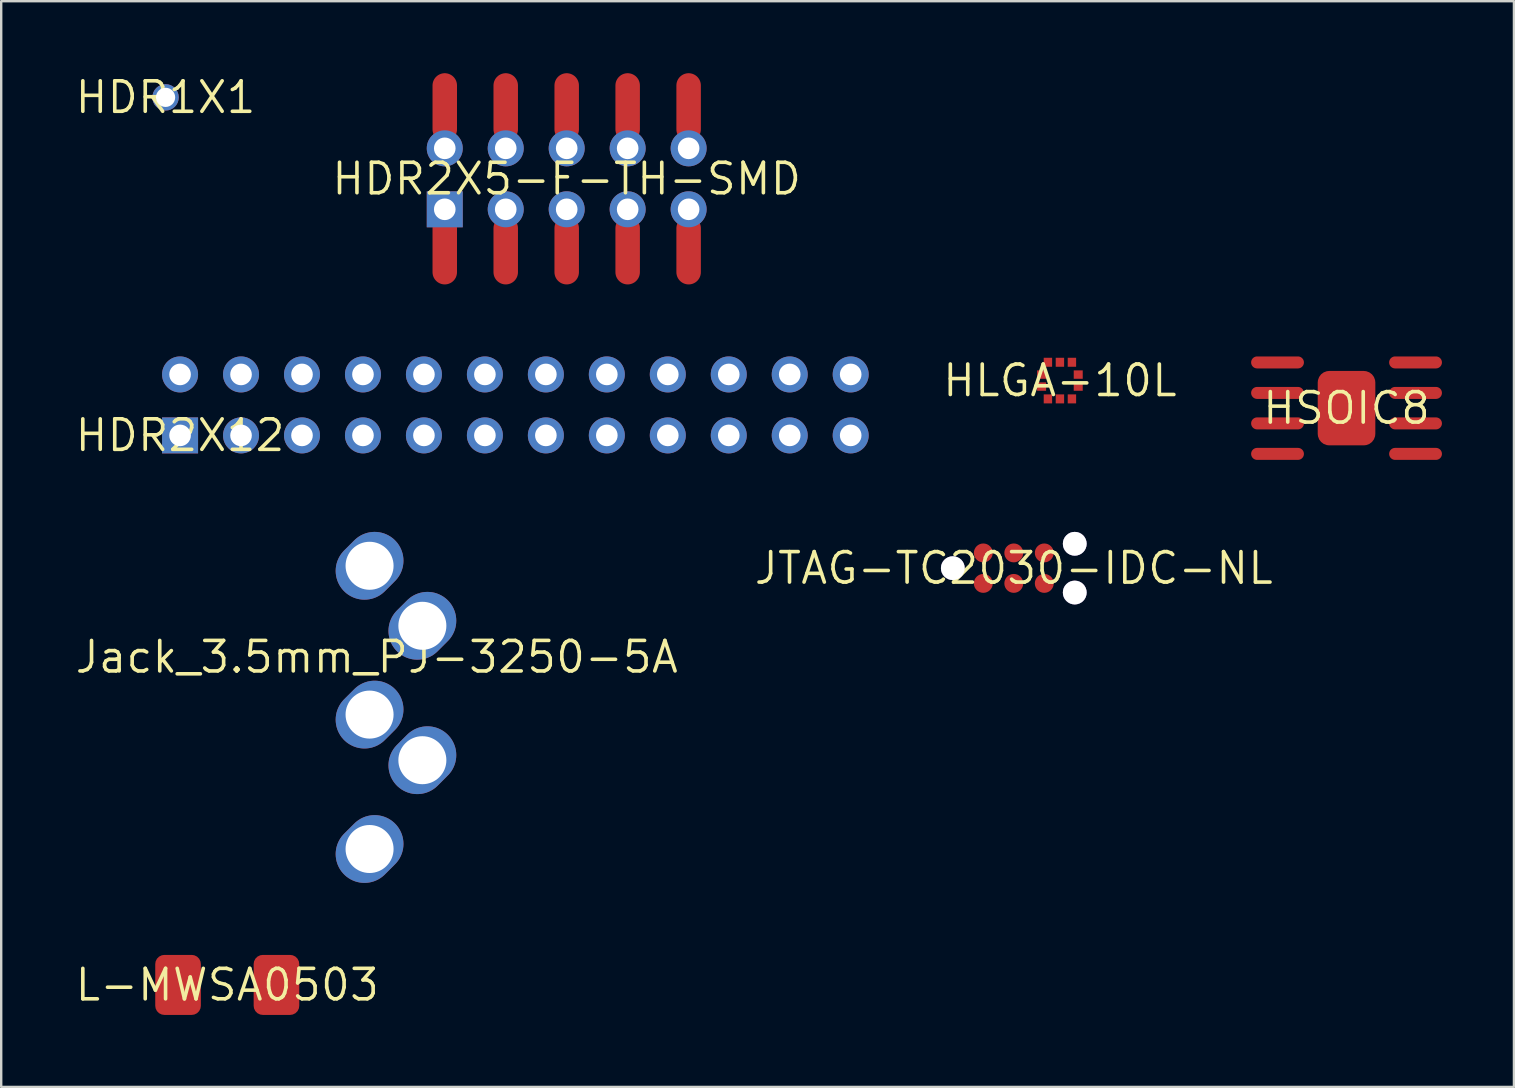
<source format=kicad_pcb>
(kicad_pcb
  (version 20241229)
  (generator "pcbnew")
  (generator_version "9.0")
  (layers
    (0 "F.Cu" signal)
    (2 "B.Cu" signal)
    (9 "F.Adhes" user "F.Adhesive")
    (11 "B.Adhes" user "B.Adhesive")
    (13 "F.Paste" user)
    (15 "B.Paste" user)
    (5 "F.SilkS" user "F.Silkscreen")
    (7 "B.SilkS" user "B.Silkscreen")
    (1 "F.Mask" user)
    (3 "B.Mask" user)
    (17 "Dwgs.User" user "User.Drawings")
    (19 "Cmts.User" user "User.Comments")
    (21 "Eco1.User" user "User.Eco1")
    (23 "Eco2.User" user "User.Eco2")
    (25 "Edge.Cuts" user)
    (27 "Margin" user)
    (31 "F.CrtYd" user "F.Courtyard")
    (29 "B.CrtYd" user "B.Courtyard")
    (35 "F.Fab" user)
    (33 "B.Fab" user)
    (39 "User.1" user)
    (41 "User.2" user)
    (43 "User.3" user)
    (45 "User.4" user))
  (footprint "JTAG-TC2030-IDC-NL"
    (layer "F.Cu")
    (at 39.187 20.621)
    (property "Reference" "JTAG-TC2030-IDC-NL" (at 0 0 0) (layer "F.SilkS") (effects (font (size 1.27 1.27) (thickness 0.15))))
    (attr through_hole)
    (pad "1" smd oval (at -1.27 0.635) (size 0.787 0.787) (layers "F.Cu" "F.Mask"))
    (pad "2" smd oval (at -1.27 -0.635) (size 0.787 0.787) (layers "F.Cu" "F.Mask"))
    (pad "3" smd oval (at -0.000025 0.635) (size 0.787 0.787) (layers "F.Cu" "F.Mask"))
    (pad "4" smd oval (at -0.000025 -0.635) (size 0.787 0.787) (layers "F.Cu" "F.Mask"))
    (pad "5" smd oval (at 1.27 0.635) (size 0.787 0.787) (layers "F.Cu" "F.Mask"))
    (pad "6" smd oval (at 1.27 -0.635) (size 0.787 0.787) (layers "F.Cu" "F.Mask"))
    (pad "7" thru_hole oval (at 2.54 -1.016) (size 0.991 0.991) (drill 0.991) (layers "F.Cu" "F.Mask"))
    (pad "8" thru_hole oval (at -2.54 0.000025) (size 0.991 0.991) (drill 0.991) (layers "F.Cu" "F.Mask"))
    (pad "9" thru_hole oval (at 2.54 1.016) (size 0.991 0.991) (drill 0.991) (layers "F.Cu" "F.Mask")))
  (footprint "HLGA-10L"
    (layer "F.Cu")
    (at 41.109 12.806)
    (property "Reference" "HLGA-10L" (at 0 0 0) (layer "F.SilkS") (effects (font (size 1.27 1.27) (thickness 0.15))))
    (attr through_hole)
    (pad "1" smd rect (at -0.763 -0.25) (size 0.375 0.35) (layers "F.Cu" "F.Mask"))
    (pad "2" smd rect (at -0.763 0.25) (size 0.375 0.35) (layers "F.Cu" "F.Mask"))
    (pad "3" smd rect (at -0.5 0.763) (size 0.35 0.375) (layers "F.Cu" "F.Mask"))
    (pad "4" smd rect (at 0 0.763) (size 0.35 0.375) (layers "F.Cu" "F.Mask"))
    (pad "5" smd rect (at 0.5 0.763) (size 0.35 0.375) (layers "F.Cu" "F.Mask"))
    (pad "6" smd rect (at 0.763 0.25) (size 0.375 0.35) (layers "F.Cu" "F.Mask"))
    (pad "7" smd rect (at 0.763 -0.25) (size 0.375 0.35) (layers "F.Cu" "F.Mask"))
    (pad "8" smd rect (at 0.5 -0.763) (size 0.35 0.375) (layers "F.Cu" "F.Mask"))
    (pad "9" smd rect (at 0 -0.763) (size 0.35 0.375) (layers "F.Cu" "F.Mask"))
    (pad "10" smd rect (at -0.5 -0.763) (size 0.35 0.375) (layers "F.Cu" "F.Mask")))
  (footprint "L-MWSA0503"
    (layer "F.Cu")
    (at 6.418 37.984)
    (property "Reference" "L-MWSA0503" (at 0 0 0) (layer "F.SilkS") (effects (font (size 1.27 1.27) (thickness 0.15))))
    (attr through_hole)
    (pad "1" smd roundrect (at -2.05 0) (size 1.9 2.5) (layers "F.Cu" "F.Mask") (roundrect_rratio 0.2))
    (pad "2" smd roundrect (at 2.05 0) (size 1.9 2.5) (layers "F.Cu" "F.Mask") (roundrect_rratio 0.2)))
  (footprint "HSOIC8"
    (layer "F.Cu")
    (at 53.05 13.955)
    (property "Reference" "HSOIC8" (at 0 0 0) (layer "F.SilkS") (effects (font (size 1.27 1.27) (thickness 0.15))))
    (attr through_hole)
    (pad "1" smd oval (at -2.875 -1.905 90) (size 0.5 2.2) (layers "F.Cu" "F.Mask"))
    (pad "2" smd oval (at -2.875 -0.635 90) (size 0.5 2.2) (layers "F.Cu" "F.Mask"))
    (pad "3" smd oval (at -2.875 0.635 90) (size 0.5 2.2) (layers "F.Cu" "F.Mask"))
    (pad "4" smd oval (at -2.875 1.905 90) (size 0.5 2.2) (layers "F.Cu" "F.Mask"))
    (pad "5" smd oval (at 2.875 1.905 90) (size 0.5 2.2) (layers "F.Cu" "F.Mask"))
    (pad "6" smd oval (at 2.875 0.635 90) (size 0.5 2.2) (layers "F.Cu" "F.Mask"))
    (pad "7" smd oval (at 2.875 -0.635 90) (size 0.5 2.2) (layers "F.Cu" "F.Mask"))
    (pad "8" smd oval (at 2.875 -1.905 90) (size 0.5 2.2) (layers "F.Cu" "F.Mask"))
    (pad "9" smd roundrect (at 0 0 90) (size 3.1 2.4) (layers "F.Cu" "F.Mask") (roundrect_rratio 0.2)))
  (footprint "HDR2X5-F-TH-SMD"
    (layer "F.Cu")
    (at 20.56 4.4)
    (property "Reference" "HDR2X5-F-TH-SMD" (at 0 0 0) (layer "F.SilkS") (effects (font (size 1.27 1.27) (thickness 0.15))))
    (attr through_hole)
    (pad "1" smd oval (at -5.08 2.975) (size 1.02 2.85) (layers "F.Cu" "F.Mask"))
    (pad "2" thru_hole rect (at -5.08 1.27) (size 1.5 1.5) (drill 0.9) (layers "F.Cu" "F.Mask"))
    (pad "3" smd oval (at -5.08 -2.975) (size 1.02 2.85) (layers "F.Cu" "F.Mask"))
    (pad "4" thru_hole oval (at -5.08 -1.27) (size 1.5 1.5) (drill 0.9) (layers "F.Cu" "F.Mask"))
    (pad "5" smd oval (at -2.54 2.975) (size 1.02 2.85) (layers "F.Cu" "F.Mask"))
    (pad "6" thru_hole oval (at -2.54 1.27) (size 1.5 1.5) (drill 0.9) (layers "F.Cu" "F.Mask"))
    (pad "7" smd oval (at -2.54 -2.975) (size 1.02 2.85) (layers "F.Cu" "F.Mask"))
    (pad "8" thru_hole oval (at -2.54 -1.27) (size 1.5 1.5) (drill 0.9) (layers "F.Cu" "F.Mask"))
    (pad "9" smd oval (at 0 2.975) (size 1.02 2.85) (layers "F.Cu" "F.Mask"))
    (pad "10" thru_hole oval (at 0 1.27) (size 1.5 1.5) (drill 0.9) (layers "F.Cu" "F.Mask"))
    (pad "11" smd oval (at 0 -2.975) (size 1.02 2.85) (layers "F.Cu" "F.Mask"))
    (pad "12" thru_hole oval (at 0 -1.27) (size 1.5 1.5) (drill 0.9) (layers "F.Cu" "F.Mask"))
    (pad "13" smd oval (at 2.54 2.975) (size 1.02 2.85) (layers "F.Cu" "F.Mask"))
    (pad "14" thru_hole oval (at 2.54 1.27) (size 1.5 1.5) (drill 0.9) (layers "F.Cu" "F.Mask"))
    (pad "15" smd oval (at 2.54 -2.975) (size 1.02 2.85) (layers "F.Cu" "F.Mask"))
    (pad "16" thru_hole oval (at 2.54 -1.27) (size 1.5 1.5) (drill 0.9) (layers "F.Cu" "F.Mask"))
    (pad "17" smd oval (at 5.08 2.975) (size 1.02 2.85) (layers "F.Cu" "F.Mask"))
    (pad "18" thru_hole oval (at 5.08 1.27) (size 1.5 1.5) (drill 0.9) (layers "F.Cu" "F.Mask"))
    (pad "19" smd oval (at 5.08 -2.975) (size 1.02 2.85) (layers "F.Cu" "F.Mask"))
    (pad "20" thru_hole oval (at 5.08 -1.27) (size 1.5 1.5) (drill 0.9) (layers "F.Cu" "F.Mask")))
  (footprint "Jack_3.5mm_PJ-3250-5A"
    (layer "F.Cu")
    (at 12.647 24.322)
    (property "Reference" "Jack_3.5mm_PJ-3250-5A" (at 0 0 0) (layer "F.SilkS") (effects (font (size 1.27 1.27) (thickness 0.15))))
    (attr through_hole)
    (pad "R" thru_hole oval (at 1.9 4.3 45) (size 3 2.4) (drill 2) (layers "*.Cu" "*.Mask"))
    (pad "RN" thru_hole oval (at -0.3 2.4 45) (size 3 2.4) (drill 2) (layers "*.Cu" "*.Mask"))
    (pad "S" thru_hole oval (at -0.3 -3.8 45) (size 3 2.4) (drill 2) (layers "*.Cu" "*.Mask"))
    (pad "T" thru_hole oval (at 1.9 -1.3 45) (size 3 2.4) (drill 2) (layers "*.Cu" "*.Mask"))
    (pad "TN" thru_hole oval (at -0.3 8 45) (size 3 2.4) (drill 2) (layers "*.Cu" "*.Mask")))
  (footprint "HDR2X12"
    (layer "F.Cu")
    (at 4.452 15.09)
    (property "Reference" "HDR2X12" (at 0 0 0) (layer "F.SilkS") (effects (font (size 1.27 1.27) (thickness 0.15))))
    (attr through_hole)
    (pad "1" thru_hole rect (at 0 0) (size 1.5 1.5) (drill 0.9) (layers "F.Cu" "F.Mask"))
    (pad "2" thru_hole oval (at 0 -2.54) (size 1.5 1.5) (drill 0.9) (layers "F.Cu" "F.Mask"))
    (pad "3" thru_hole oval (at 2.54 0) (size 1.5 1.5) (drill 0.9) (layers "F.Cu" "F.Mask"))
    (pad "4" thru_hole oval (at 2.54 -2.54) (size 1.5 1.5) (drill 0.9) (layers "F.Cu" "F.Mask"))
    (pad "5" thru_hole oval (at 5.08 0) (size 1.5 1.5) (drill 0.9) (layers "F.Cu" "F.Mask"))
    (pad "6" thru_hole oval (at 5.08 -2.54) (size 1.5 1.5) (drill 0.9) (layers "F.Cu" "F.Mask"))
    (pad "7" thru_hole oval (at 7.62 0) (size 1.5 1.5) (drill 0.9) (layers "F.Cu" "F.Mask"))
    (pad "8" thru_hole oval (at 7.62 -2.54) (size 1.5 1.5) (drill 0.9) (layers "F.Cu" "F.Mask"))
    (pad "9" thru_hole oval (at 10.16 0) (size 1.5 1.5) (drill 0.9) (layers "F.Cu" "F.Mask"))
    (pad "10" thru_hole oval (at 10.16 -2.54) (size 1.5 1.5) (drill 0.9) (layers "F.Cu" "F.Mask"))
    (pad "11" thru_hole oval (at 12.7 0) (size 1.5 1.5) (drill 0.9) (layers "F.Cu" "F.Mask"))
    (pad "12" thru_hole oval (at 12.7 -2.54) (size 1.5 1.5) (drill 0.9) (layers "F.Cu" "F.Mask"))
    (pad "13" thru_hole oval (at 15.24 0) (size 1.5 1.5) (drill 0.9) (layers "F.Cu" "F.Mask"))
    (pad "14" thru_hole oval (at 15.24 -2.54) (size 1.5 1.5) (drill 0.9) (layers "F.Cu" "F.Mask"))
    (pad "15" thru_hole oval (at 17.78 0) (size 1.5 1.5) (drill 0.9) (layers "F.Cu" "F.Mask"))
    (pad "16" thru_hole oval (at 17.78 -2.54) (size 1.5 1.5) (drill 0.9) (layers "F.Cu" "F.Mask"))
    (pad "17" thru_hole oval (at 20.32 0) (size 1.5 1.5) (drill 0.9) (layers "F.Cu" "F.Mask"))
    (pad "18" thru_hole oval (at 20.32 -2.54) (size 1.5 1.5) (drill 0.9) (layers "F.Cu" "F.Mask"))
    (pad "19" thru_hole oval (at 22.86 0) (size 1.5 1.5) (drill 0.9) (layers "F.Cu" "F.Mask"))
    (pad "20" thru_hole oval (at 22.86 -2.54) (size 1.5 1.5) (drill 0.9) (layers "F.Cu" "F.Mask"))
    (pad "21" thru_hole oval (at 25.4 0) (size 1.5 1.5) (drill 0.9) (layers "F.Cu" "F.Mask"))
    (pad "22" thru_hole oval (at 25.4 -2.54) (size 1.5 1.5) (drill 0.9) (layers "F.Cu" "F.Mask"))
    (pad "23" thru_hole oval (at 27.94 0) (size 1.5 1.5) (drill 0.9) (layers "F.Cu" "F.Mask"))
    (pad "24" thru_hole oval (at 27.94 -2.54) (size 1.5 1.5) (drill 0.9) (layers "F.Cu" "F.Mask")))
  (footprint "HDR1X1"
    (layer "F.Cu")
    (at 3.848 1.006)
    (property "Reference" "HDR1X1" (at 0 0 0) (layer "F.SilkS") (effects (font (size 1.27 1.27) (thickness 0.15))))
    (attr through_hole)
    (pad "1" thru_hole oval (at 0 0) (size 1.1 1.1) (drill 0.8) (layers "F.Cu" "F.Mask")))
  (gr_rect
    (start -3 -3)
    (end 60.025 42.234)
    (stroke (width 0.1) (type default))
    (fill no)
    (layer "Edge.Cuts")))
</source>
